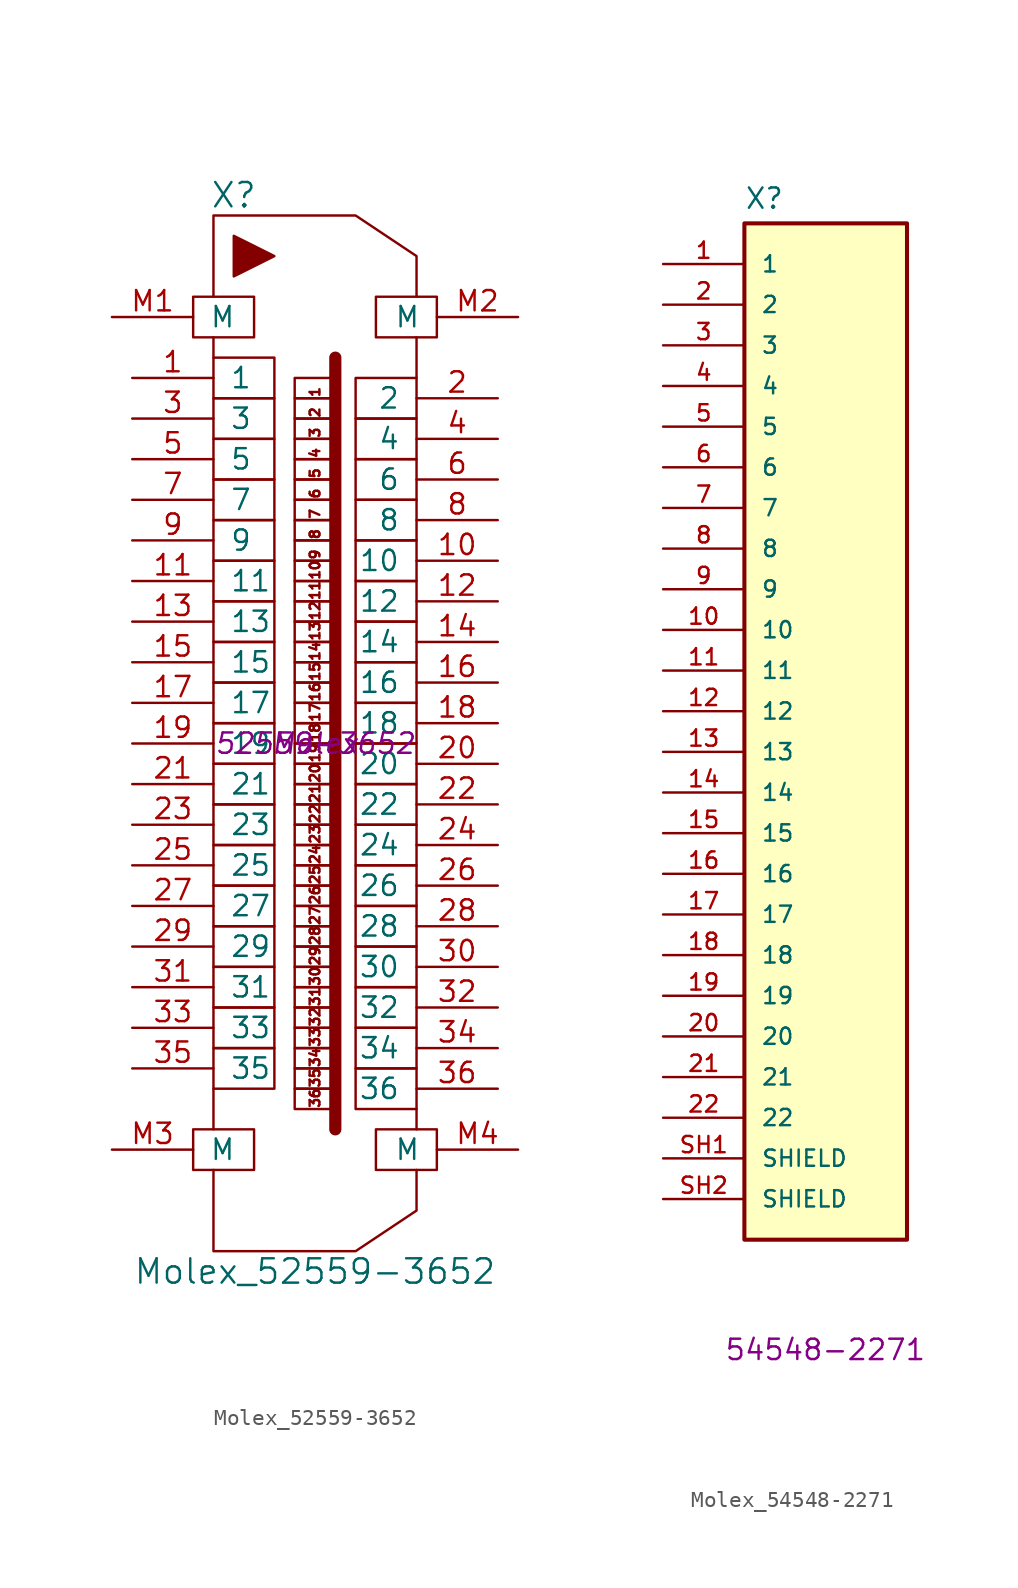
<source format=kicad_sym>
(kicad_symbol_lib
  (version 20211014)
  (generator kicad_symbol_editor)
  (symbol "Molex_52559-3652"
    (pin_names
      (offset 1.016))
    (property "Reference" "X"
      (at -5.08 34.29 0)
      (effects (font (size 1.524 1.524))))
    (property "Value" "Molex_52559-3652"
      (at 0 -33.02 0)
      (effects (font (size 1.524 1.524))))
    (property "p/n" "52559-3652"
      (at 0 0 0)
      (effects (font (size 1.27 1.27) italic)))
    (property "Manuf" "Molex"
      (at 0 0 0)
      (effects (font (size 1.27 1.27) italic)))
    (symbol "Molex_52559-3652_0_0"
      (text "1" (at 0 21.59 900) (effects (font (size 0.61 0.61)) (justify left)))
      (text "10" (at 0 10.16 900) (effects (font (size 0.61 0.61)) (justify left)))
      (text "11" (at 0 8.89 900) (effects (font (size 0.61 0.61)) (justify left)))
      (text "12" (at 0 7.62 900) (effects (font (size 0.61 0.61)) (justify left)))
      (text "13" (at 0 6.35 900) (effects (font (size 0.61 0.61)) (justify left)))
      (text "14" (at 0 5.08 900) (effects (font (size 0.61 0.61)) (justify left)))
      (text "15" (at 0 3.81 900) (effects (font (size 0.61 0.61)) (justify left)))
      (text "16" (at 0 2.54 900) (effects (font (size 0.61 0.61)) (justify left)))
      (text "17" (at 0 1.27 900) (effects (font (size 0.61 0.61)) (justify left)))
      (text "18" (at 0 0 900) (effects (font (size 0.61 0.61)) (justify left)))
      (text "19" (at 0 -1.27 900) (effects (font (size 0.61 0.61)) (justify left)))
      (text "2" (at 0 20.32 900) (effects (font (size 0.61 0.61)) (justify left)))
      (text "20" (at 0 -2.54 900) (effects (font (size 0.61 0.61)) (justify left)))
      (text "21" (at 0 -3.81 900) (effects (font (size 0.61 0.61)) (justify left)))
      (text "22" (at 0 -5.08 900) (effects (font (size 0.61 0.61)) (justify left)))
      (text "23" (at 0 -6.35 900) (effects (font (size 0.61 0.61)) (justify left)))
      (text "24" (at 0 -7.62 900) (effects (font (size 0.61 0.61)) (justify left)))
      (text "25" (at 0 -8.89 900) (effects (font (size 0.61 0.61)) (justify left)))
      (text "26" (at 0 -10.16 900) (effects (font (size 0.61 0.61)) (justify left)))
      (text "27" (at 0 -11.43 900) (effects (font (size 0.61 0.61)) (justify left)))
      (text "28" (at 0 -12.7 900) (effects (font (size 0.61 0.61)) (justify left)))
      (text "29" (at 0 -13.97 900) (effects (font (size 0.61 0.61)) (justify left)))
      (text "3" (at 0 19.05 900) (effects (font (size 0.61 0.61)) (justify left)))
      (text "30" (at 0 -15.24 900) (effects (font (size 0.61 0.61)) (justify left)))
      (text "31" (at 0 -16.51 900) (effects (font (size 0.61 0.61)) (justify left)))
      (text "32" (at 0 -17.78 900) (effects (font (size 0.61 0.61)) (justify left)))
      (text "33" (at 0 -19.05 900) (effects (font (size 0.61 0.61)) (justify left)))
      (text "34" (at 0 -20.32 900) (effects (font (size 0.61 0.61)) (justify left)))
      (text "35" (at 0 -21.59 900) (effects (font (size 0.61 0.61)) (justify left)))
      (text "36" (at 0 -22.86 900) (effects (font (size 0.61 0.61)) (justify left)))
      (text "4" (at 0 17.78 900) (effects (font (size 0.61 0.61)) (justify left)))
      (text "5" (at 0 16.51 900) (effects (font (size 0.61 0.61)) (justify left)))
      (text "6" (at 0 15.24 900) (effects (font (size 0.61 0.61)) (justify left)))
      (text "7" (at 0 13.97 900) (effects (font (size 0.61 0.61)) (justify left)))
      (text "8" (at 0 12.7 900) (effects (font (size 0.61 0.61)) (justify left)))
      (text "9" (at 0 11.43 900) (effects (font (size 0.61 0.61)) (justify left))))
    (symbol "Molex_52559-3652_0_1"
      (rectangle (start -7.62 -24.13) (end -3.81 -26.67) (stroke (width 0) (type default) (color 0 0 0 0)) (fill (type none)))
      (rectangle (start -7.62 27.94) (end -3.81 25.4) (stroke (width 0) (type default) (color 0 0 0 0)) (fill (type none)))
      (rectangle (start -6.35 -19.05) (end -2.54 -21.59) (stroke (width 0) (type default) (color 0 0 0 0)) (fill (type none)))
      (rectangle (start -6.35 -16.51) (end -2.54 -19.05) (stroke (width 0) (type default) (color 0 0 0 0)) (fill (type none)))
      (rectangle (start -6.35 -13.97) (end -2.54 -16.51) (stroke (width 0) (type default) (color 0 0 0 0)) (fill (type none)))
      (rectangle (start -6.35 -11.43) (end -2.54 -13.97) (stroke (width 0) (type default) (color 0 0 0 0)) (fill (type none)))
      (rectangle (start -6.35 -8.89) (end -2.54 -11.43) (stroke (width 0) (type default) (color 0 0 0 0)) (fill (type none)))
      (rectangle (start -6.35 -6.35) (end -2.54 -8.89) (stroke (width 0) (type default) (color 0 0 0 0)) (fill (type none)))
      (rectangle (start -6.35 -3.81) (end -2.54 -6.35) (stroke (width 0) (type default) (color 0 0 0 0)) (fill (type none)))
      (rectangle (start -6.35 -1.27) (end -2.54 -3.81) (stroke (width 0) (type default) (color 0 0 0 0)) (fill (type none)))
      (rectangle (start -6.35 1.27) (end -2.54 -1.27) (stroke (width 0) (type default) (color 0 0 0 0)) (fill (type none)))
      (rectangle (start -6.35 3.81) (end -2.54 1.27) (stroke (width 0) (type default) (color 0 0 0 0)) (fill (type none)))
      (rectangle (start -6.35 6.35) (end -2.54 3.81) (stroke (width 0) (type default) (color 0 0 0 0)) (fill (type none)))
      (rectangle (start -6.35 8.89) (end -2.54 6.35) (stroke (width 0) (type default) (color 0 0 0 0)) (fill (type none)))
      (rectangle (start -6.35 11.43) (end -2.54 8.89) (stroke (width 0) (type default) (color 0 0 0 0)) (fill (type none)))
      (rectangle (start -6.35 13.97) (end -2.54 11.43) (stroke (width 0) (type default) (color 0 0 0 0)) (fill (type none)))
      (rectangle (start -6.35 16.51) (end -2.54 13.97) (stroke (width 0) (type default) (color 0 0 0 0)) (fill (type none)))
      (rectangle (start -6.35 19.05) (end -2.54 16.51) (stroke (width 0) (type default) (color 0 0 0 0)) (fill (type none)))
      (rectangle (start -6.35 21.59) (end -2.54 19.05) (stroke (width 0) (type default) (color 0 0 0 0)) (fill (type none)))
      (rectangle (start -6.35 24.13) (end -2.54 21.59) (stroke (width 0) (type default) (color 0 0 0 0)) (fill (type none)))
      (rectangle (start -1.27 -21.59) (end 1.27 -22.86) (stroke (width 0) (type default) (color 0 0 0 0)) (fill (type none)))
      (rectangle (start -1.27 -20.32) (end 1.27 -21.59) (stroke (width 0) (type default) (color 0 0 0 0)) (fill (type none)))
      (rectangle (start -1.27 -19.05) (end 1.27 -20.32) (stroke (width 0) (type default) (color 0 0 0 0)) (fill (type none)))
      (rectangle (start -1.27 -17.78) (end 1.27 -19.05) (stroke (width 0) (type default) (color 0 0 0 0)) (fill (type none)))
      (rectangle (start -1.27 -16.51) (end 1.27 -17.78) (stroke (width 0) (type default) (color 0 0 0 0)) (fill (type none)))
      (rectangle (start -1.27 -15.24) (end 1.27 -16.51) (stroke (width 0) (type default) (color 0 0 0 0)) (fill (type none)))
      (rectangle (start -1.27 -13.97) (end 1.27 -15.24) (stroke (width 0) (type default) (color 0 0 0 0)) (fill (type none)))
      (rectangle (start -1.27 -12.7) (end 1.27 -13.97) (stroke (width 0) (type default) (color 0 0 0 0)) (fill (type none)))
      (rectangle (start -1.27 -11.43) (end 1.27 -12.7) (stroke (width 0) (type default) (color 0 0 0 0)) (fill (type none)))
      (rectangle (start -1.27 -10.16) (end 1.27 -11.43) (stroke (width 0) (type default) (color 0 0 0 0)) (fill (type none)))
      (rectangle (start -1.27 -8.89) (end 1.27 -10.16) (stroke (width 0) (type default) (color 0 0 0 0)) (fill (type none)))
      (rectangle (start -1.27 -7.62) (end 1.27 -8.89) (stroke (width 0) (type default) (color 0 0 0 0)) (fill (type none)))
      (rectangle (start -1.27 -6.35) (end 1.27 -7.62) (stroke (width 0) (type default) (color 0 0 0 0)) (fill (type none)))
      (rectangle (start -1.27 -5.08) (end 1.27 -6.35) (stroke (width 0) (type default) (color 0 0 0 0)) (fill (type none)))
      (rectangle (start -1.27 -3.81) (end 1.27 -5.08) (stroke (width 0) (type default) (color 0 0 0 0)) (fill (type none)))
      (rectangle (start -1.27 -2.54) (end 1.27 -3.81) (stroke (width 0) (type default) (color 0 0 0 0)) (fill (type none)))
      (rectangle (start -1.27 -1.27) (end 1.27 -2.54) (stroke (width 0) (type default) (color 0 0 0 0)) (fill (type none)))
      (rectangle (start -1.27 0) (end 1.27 -1.27) (stroke (width 0) (type default) (color 0 0 0 0)) (fill (type none)))
      (rectangle (start -1.27 1.27) (end 1.27 0) (stroke (width 0) (type default) (color 0 0 0 0)) (fill (type none)))
      (rectangle (start -1.27 2.54) (end 1.27 1.27) (stroke (width 0) (type default) (color 0 0 0 0)) (fill (type none)))
      (rectangle (start -1.27 3.81) (end 1.27 2.54) (stroke (width 0) (type default) (color 0 0 0 0)) (fill (type none)))
      (rectangle (start -1.27 5.08) (end 1.27 3.81) (stroke (width 0) (type default) (color 0 0 0 0)) (fill (type none)))
      (rectangle (start -1.27 6.35) (end 1.27 5.08) (stroke (width 0) (type default) (color 0 0 0 0)) (fill (type none)))
      (rectangle (start -1.27 7.62) (end 1.27 6.35) (stroke (width 0) (type default) (color 0 0 0 0)) (fill (type none)))
      (rectangle (start -1.27 8.89) (end 1.27 7.62) (stroke (width 0) (type default) (color 0 0 0 0)) (fill (type none)))
      (rectangle (start -1.27 10.16) (end 1.27 8.89) (stroke (width 0) (type default) (color 0 0 0 0)) (fill (type none)))
      (rectangle (start -1.27 11.43) (end 1.27 10.16) (stroke (width 0) (type default) (color 0 0 0 0)) (fill (type none)))
      (rectangle (start -1.27 12.7) (end 1.27 11.43) (stroke (width 0) (type default) (color 0 0 0 0)) (fill (type none)))
      (rectangle (start -1.27 13.97) (end 1.27 12.7) (stroke (width 0) (type default) (color 0 0 0 0)) (fill (type none)))
      (rectangle (start -1.27 15.24) (end 1.27 13.97) (stroke (width 0) (type default) (color 0 0 0 0)) (fill (type none)))
      (rectangle (start -1.27 16.51) (end 1.27 15.24) (stroke (width 0) (type default) (color 0 0 0 0)) (fill (type none)))
      (rectangle (start -1.27 17.78) (end 1.27 16.51) (stroke (width 0) (type default) (color 0 0 0 0)) (fill (type none)))
      (rectangle (start -1.27 19.05) (end 1.27 17.78) (stroke (width 0) (type default) (color 0 0 0 0)) (fill (type none)))
      (rectangle (start -1.27 20.32) (end 1.27 19.05) (stroke (width 0) (type default) (color 0 0 0 0)) (fill (type none)))
      (rectangle (start -1.27 21.59) (end 1.27 20.32) (stroke (width 0) (type default) (color 0 0 0 0)) (fill (type none)))
      (rectangle (start -1.27 22.86) (end 1.27 21.59) (stroke (width 0) (type default) (color 0 0 0 0)) (fill (type none)))
      (polyline (pts (xy -6.35 -21.59) (xy -6.35 -24.13)) (stroke (width 0) (type default) (color 0 0 0 0)) (fill (type none)))
      (polyline (pts (xy -6.35 24.13) (xy -6.35 25.4)) (stroke (width 0) (type default) (color 0 0 0 0)) (fill (type none)))
      (polyline (pts (xy 1.27 24.13) (xy 1.27 -24.13)) (stroke (width 0.762) (type default) (color 0 0 0 0)) (fill (type none)))
      (polyline (pts (xy 6.35 -24.13) (xy 6.35 -22.86)) (stroke (width 0) (type default) (color 0 0 0 0)) (fill (type none)))
      (polyline (pts (xy 6.35 25.4) (xy 6.35 22.86)) (stroke (width 0) (type default) (color 0 0 0 0)) (fill (type none)))
      (polyline (pts (xy -5.08 29.21) (xy -5.08 31.75) (xy -2.54 30.48) (xy -5.08 29.21)) (stroke (width 0) (type default) (color 0 0 0 0)) (fill (type outline)))
      (polyline (pts (xy -6.35 -26.67) (xy -6.35 -31.75) (xy 2.54 -31.75) (xy 6.35 -29.21) (xy 6.35 -26.67)) (stroke (width 0) (type default) (color 0 0 0 0)) (fill (type none)))
      (polyline (pts (xy -6.35 27.94) (xy -6.35 33.02) (xy 2.54 33.02) (xy 6.35 30.48) (xy 6.35 27.94)) (stroke (width 0) (type default) (color 0 0 0 0)) (fill (type none)))
      (rectangle (start 2.54 -20.32) (end 6.35 -22.86) (stroke (width 0) (type default) (color 0 0 0 0)) (fill (type none)))
      (rectangle (start 2.54 -17.78) (end 6.35 -20.32) (stroke (width 0) (type default) (color 0 0 0 0)) (fill (type none)))
      (rectangle (start 2.54 -15.24) (end 6.35 -17.78) (stroke (width 0) (type default) (color 0 0 0 0)) (fill (type none)))
      (rectangle (start 2.54 -12.7) (end 6.35 -15.24) (stroke (width 0) (type default) (color 0 0 0 0)) (fill (type none)))
      (rectangle (start 2.54 -10.16) (end 6.35 -12.7) (stroke (width 0) (type default) (color 0 0 0 0)) (fill (type none)))
      (rectangle (start 2.54 -7.62) (end 6.35 -10.16) (stroke (width 0) (type default) (color 0 0 0 0)) (fill (type none)))
      (rectangle (start 2.54 -5.08) (end 6.35 -7.62) (stroke (width 0) (type default) (color 0 0 0 0)) (fill (type none)))
      (rectangle (start 2.54 -2.54) (end 6.35 -5.08) (stroke (width 0) (type default) (color 0 0 0 0)) (fill (type none)))
      (rectangle (start 2.54 0) (end 6.35 -2.54) (stroke (width 0) (type default) (color 0 0 0 0)) (fill (type none)))
      (rectangle (start 2.54 2.54) (end 6.35 0) (stroke (width 0) (type default) (color 0 0 0 0)) (fill (type none)))
      (rectangle (start 2.54 5.08) (end 6.35 2.54) (stroke (width 0) (type default) (color 0 0 0 0)) (fill (type none)))
      (rectangle (start 2.54 7.62) (end 6.35 5.08) (stroke (width 0) (type default) (color 0 0 0 0)) (fill (type none)))
      (rectangle (start 2.54 10.16) (end 6.35 7.62) (stroke (width 0) (type default) (color 0 0 0 0)) (fill (type none)))
      (rectangle (start 2.54 12.7) (end 6.35 10.16) (stroke (width 0) (type default) (color 0 0 0 0)) (fill (type none)))
      (rectangle (start 2.54 15.24) (end 6.35 12.7) (stroke (width 0) (type default) (color 0 0 0 0)) (fill (type none)))
      (rectangle (start 2.54 17.78) (end 6.35 15.24) (stroke (width 0) (type default) (color 0 0 0 0)) (fill (type none)))
      (rectangle (start 2.54 20.32) (end 6.35 17.78) (stroke (width 0) (type default) (color 0 0 0 0)) (fill (type none)))
      (rectangle (start 2.54 22.86) (end 6.35 20.32) (stroke (width 0) (type default) (color 0 0 0 0)) (fill (type none)))
      (rectangle (start 3.81 -24.13) (end 7.62 -26.67) (stroke (width 0) (type default) (color 0 0 0 0)) (fill (type none)))
      (rectangle (start 3.81 27.94) (end 7.62 25.4) (stroke (width 0) (type default) (color 0 0 0 0)) (fill (type none))))
    (symbol "Molex_52559-3652_1_1"
      (pin passive line (at -11.43 22.86 0) (length 5.08) (name "1" (effects (font (size 1.27 1.27)))) (number "1" (effects (font (size 1.27 1.27)))))
      (pin passive line (at 11.43 11.43 180) (length 5.08) (name "10" (effects (font (size 1.27 1.27)))) (number "10" (effects (font (size 1.27 1.27)))))
      (pin passive line (at -11.43 10.16 0) (length 5.08) (name "11" (effects (font (size 1.27 1.27)))) (number "11" (effects (font (size 1.27 1.27)))))
      (pin passive line (at 11.43 8.89 180) (length 5.08) (name "12" (effects (font (size 1.27 1.27)))) (number "12" (effects (font (size 1.27 1.27)))))
      (pin passive line (at -11.43 7.62 0) (length 5.08) (name "13" (effects (font (size 1.27 1.27)))) (number "13" (effects (font (size 1.27 1.27)))))
      (pin passive line (at 11.43 6.35 180) (length 5.08) (name "14" (effects (font (size 1.27 1.27)))) (number "14" (effects (font (size 1.27 1.27)))))
      (pin passive line (at -11.43 5.08 0) (length 5.08) (name "15" (effects (font (size 1.27 1.27)))) (number "15" (effects (font (size 1.27 1.27)))))
      (pin passive line (at 11.43 3.81 180) (length 5.08) (name "16" (effects (font (size 1.27 1.27)))) (number "16" (effects (font (size 1.27 1.27)))))
      (pin passive line (at -11.43 2.54 0) (length 5.08) (name "17" (effects (font (size 1.27 1.27)))) (number "17" (effects (font (size 1.27 1.27)))))
      (pin passive line (at 11.43 1.27 180) (length 5.08) (name "18" (effects (font (size 1.27 1.27)))) (number "18" (effects (font (size 1.27 1.27)))))
      (pin passive line (at -11.43 0 0) (length 5.08) (name "19" (effects (font (size 1.27 1.27)))) (number "19" (effects (font (size 1.27 1.27)))))
      (pin passive line (at 11.43 21.59 180) (length 5.08) (name "2" (effects (font (size 1.27 1.27)))) (number "2" (effects (font (size 1.27 1.27)))))
      (pin passive line (at 11.43 -1.27 180) (length 5.08) (name "20" (effects (font (size 1.27 1.27)))) (number "20" (effects (font (size 1.27 1.27)))))
      (pin passive line (at -11.43 -2.54 0) (length 5.08) (name "21" (effects (font (size 1.27 1.27)))) (number "21" (effects (font (size 1.27 1.27)))))
      (pin passive line (at 11.43 -3.81 180) (length 5.08) (name "22" (effects (font (size 1.27 1.27)))) (number "22" (effects (font (size 1.27 1.27)))))
      (pin passive line (at -11.43 -5.08 0) (length 5.08) (name "23" (effects (font (size 1.27 1.27)))) (number "23" (effects (font (size 1.27 1.27)))))
      (pin passive line (at 11.43 -6.35 180) (length 5.08) (name "24" (effects (font (size 1.27 1.27)))) (number "24" (effects (font (size 1.27 1.27)))))
      (pin passive line (at -11.43 -7.62 0) (length 5.08) (name "25" (effects (font (size 1.27 1.27)))) (number "25" (effects (font (size 1.27 1.27)))))
      (pin passive line (at 11.43 -8.89 180) (length 5.08) (name "26" (effects (font (size 1.27 1.27)))) (number "26" (effects (font (size 1.27 1.27)))))
      (pin passive line (at -11.43 -10.16 0) (length 5.08) (name "27" (effects (font (size 1.27 1.27)))) (number "27" (effects (font (size 1.27 1.27)))))
      (pin passive line (at 11.43 -11.43 180) (length 5.08) (name "28" (effects (font (size 1.27 1.27)))) (number "28" (effects (font (size 1.27 1.27)))))
      (pin passive line (at -11.43 -12.7 0) (length 5.08) (name "29" (effects (font (size 1.27 1.27)))) (number "29" (effects (font (size 1.27 1.27)))))
      (pin passive line (at -11.43 20.32 0) (length 5.08) (name "3" (effects (font (size 1.27 1.27)))) (number "3" (effects (font (size 1.27 1.27)))))
      (pin passive line (at 11.43 -13.97 180) (length 5.08) (name "30" (effects (font (size 1.27 1.27)))) (number "30" (effects (font (size 1.27 1.27)))))
      (pin passive line (at -11.43 -15.24 0) (length 5.08) (name "31" (effects (font (size 1.27 1.27)))) (number "31" (effects (font (size 1.27 1.27)))))
      (pin passive line (at 11.43 -16.51 180) (length 5.08) (name "32" (effects (font (size 1.27 1.27)))) (number "32" (effects (font (size 1.27 1.27)))))
      (pin passive line (at -11.43 -17.78 0) (length 5.08) (name "33" (effects (font (size 1.27 1.27)))) (number "33" (effects (font (size 1.27 1.27)))))
      (pin passive line (at 11.43 -19.05 180) (length 5.08) (name "34" (effects (font (size 1.27 1.27)))) (number "34" (effects (font (size 1.27 1.27)))))
      (pin passive line (at -11.43 -20.32 0) (length 5.08) (name "35" (effects (font (size 1.27 1.27)))) (number "35" (effects (font (size 1.27 1.27)))))
      (pin passive line (at 11.43 -21.59 180) (length 5.08) (name "36" (effects (font (size 1.27 1.27)))) (number "36" (effects (font (size 1.27 1.27)))))
      (pin passive line (at 11.43 19.05 180) (length 5.08) (name "4" (effects (font (size 1.27 1.27)))) (number "4" (effects (font (size 1.27 1.27)))))
      (pin passive line (at -11.43 17.78 0) (length 5.08) (name "5" (effects (font (size 1.27 1.27)))) (number "5" (effects (font (size 1.27 1.27)))))
      (pin passive line (at 11.43 16.51 180) (length 5.08) (name "6" (effects (font (size 1.27 1.27)))) (number "6" (effects (font (size 1.27 1.27)))))
      (pin passive line (at -11.43 15.24 0) (length 5.08) (name "7" (effects (font (size 1.27 1.27)))) (number "7" (effects (font (size 1.27 1.27)))))
      (pin passive line (at 11.43 13.97 180) (length 5.08) (name "8" (effects (font (size 1.27 1.27)))) (number "8" (effects (font (size 1.27 1.27)))))
      (pin passive line (at -11.43 12.7 0) (length 5.08) (name "9" (effects (font (size 1.27 1.27)))) (number "9" (effects (font (size 1.27 1.27)))))
      (pin passive line (at -12.7 26.67 0) (length 5.08) (name "M" (effects (font (size 1.27 1.27)))) (number "M1" (effects (font (size 1.27 1.27)))))
      (pin passive line (at 12.7 26.67 180) (length 5.08) (name "M" (effects (font (size 1.27 1.27)))) (number "M2" (effects (font (size 1.27 1.27)))))
      (pin passive line (at -12.7 -25.4 0) (length 5.08) (name "M" (effects (font (size 1.27 1.27)))) (number "M3" (effects (font (size 1.27 1.27)))))
      (pin passive line (at 12.7 -25.4 180) (length 5.08) (name "M" (effects (font (size 1.27 1.27)))) (number "M4" (effects (font (size 1.27 1.27)))))))
  (symbol "Molex_54548-2271"
    (pin_names
      (offset 1.016))
    (property "Reference" "X"
      (at -5.08 31.293 0)
      (effects (font (size 1.27 1.27)) (justify left bottom)))
    (property "p/n" "54548-2271"
      (at -6.35 -40.64 0)
      (effects (font (size 1.27 1.27)) (justify left bottom)))
    (symbol "Molex_54548-2271_0_0"
      (rectangle (start -5.08 -33.02) (end 5.08 30.48) (stroke (width 0.254) (type default) (color 0 0 0 0)) (fill (type background)))
      (pin passive line (at -10.16 27.94 0) (length 5.08) (name "1" (effects (font (size 1.016 1.016)))) (number "1" (effects (font (size 1.016 1.016)))))
      (pin passive line (at -10.16 5.08 0) (length 5.08) (name "10" (effects (font (size 1.016 1.016)))) (number "10" (effects (font (size 1.016 1.016)))))
      (pin passive line (at -10.16 2.54 0) (length 5.08) (name "11" (effects (font (size 1.016 1.016)))) (number "11" (effects (font (size 1.016 1.016)))))
      (pin passive line (at -10.16 0 0) (length 5.08) (name "12" (effects (font (size 1.016 1.016)))) (number "12" (effects (font (size 1.016 1.016)))))
      (pin passive line (at -10.16 -2.54 0) (length 5.08) (name "13" (effects (font (size 1.016 1.016)))) (number "13" (effects (font (size 1.016 1.016)))))
      (pin passive line (at -10.16 -5.08 0) (length 5.08) (name "14" (effects (font (size 1.016 1.016)))) (number "14" (effects (font (size 1.016 1.016)))))
      (pin passive line (at -10.16 -7.62 0) (length 5.08) (name "15" (effects (font (size 1.016 1.016)))) (number "15" (effects (font (size 1.016 1.016)))))
      (pin passive line (at -10.16 -10.16 0) (length 5.08) (name "16" (effects (font (size 1.016 1.016)))) (number "16" (effects (font (size 1.016 1.016)))))
      (pin passive line (at -10.16 -12.7 0) (length 5.08) (name "17" (effects (font (size 1.016 1.016)))) (number "17" (effects (font (size 1.016 1.016)))))
      (pin passive line (at -10.16 -15.24 0) (length 5.08) (name "18" (effects (font (size 1.016 1.016)))) (number "18" (effects (font (size 1.016 1.016)))))
      (pin passive line (at -10.16 -17.78 0) (length 5.08) (name "19" (effects (font (size 1.016 1.016)))) (number "19" (effects (font (size 1.016 1.016)))))
      (pin passive line (at -10.16 25.4 0) (length 5.08) (name "2" (effects (font (size 1.016 1.016)))) (number "2" (effects (font (size 1.016 1.016)))))
      (pin passive line (at -10.16 -20.32 0) (length 5.08) (name "20" (effects (font (size 1.016 1.016)))) (number "20" (effects (font (size 1.016 1.016)))))
      (pin passive line (at -10.16 -22.86 0) (length 5.08) (name "21" (effects (font (size 1.016 1.016)))) (number "21" (effects (font (size 1.016 1.016)))))
      (pin passive line (at -10.16 -25.4 0) (length 5.08) (name "22" (effects (font (size 1.016 1.016)))) (number "22" (effects (font (size 1.016 1.016)))))
      (pin passive line (at -10.16 22.86 0) (length 5.08) (name "3" (effects (font (size 1.016 1.016)))) (number "3" (effects (font (size 1.016 1.016)))))
      (pin passive line (at -10.16 20.32 0) (length 5.08) (name "4" (effects (font (size 1.016 1.016)))) (number "4" (effects (font (size 1.016 1.016)))))
      (pin passive line (at -10.16 17.78 0) (length 5.08) (name "5" (effects (font (size 1.016 1.016)))) (number "5" (effects (font (size 1.016 1.016)))))
      (pin passive line (at -10.16 15.24 0) (length 5.08) (name "6" (effects (font (size 1.016 1.016)))) (number "6" (effects (font (size 1.016 1.016)))))
      (pin passive line (at -10.16 12.7 0) (length 5.08) (name "7" (effects (font (size 1.016 1.016)))) (number "7" (effects (font (size 1.016 1.016)))))
      (pin passive line (at -10.16 10.16 0) (length 5.08) (name "8" (effects (font (size 1.016 1.016)))) (number "8" (effects (font (size 1.016 1.016)))))
      (pin passive line (at -10.16 7.62 0) (length 5.08) (name "9" (effects (font (size 1.016 1.016)))) (number "9" (effects (font (size 1.016 1.016)))))
      (pin passive line (at -10.16 -27.94 0) (length 5.08) (name "SHIELD" (effects (font (size 1.016 1.016)))) (number "SH1" (effects (font (size 1.016 1.016)))))
      (pin passive line (at -10.16 -30.48 0) (length 5.08) (name "SHIELD" (effects (font (size 1.016 1.016)))) (number "SH2" (effects (font (size 1.016 1.016))))))))
</source>
